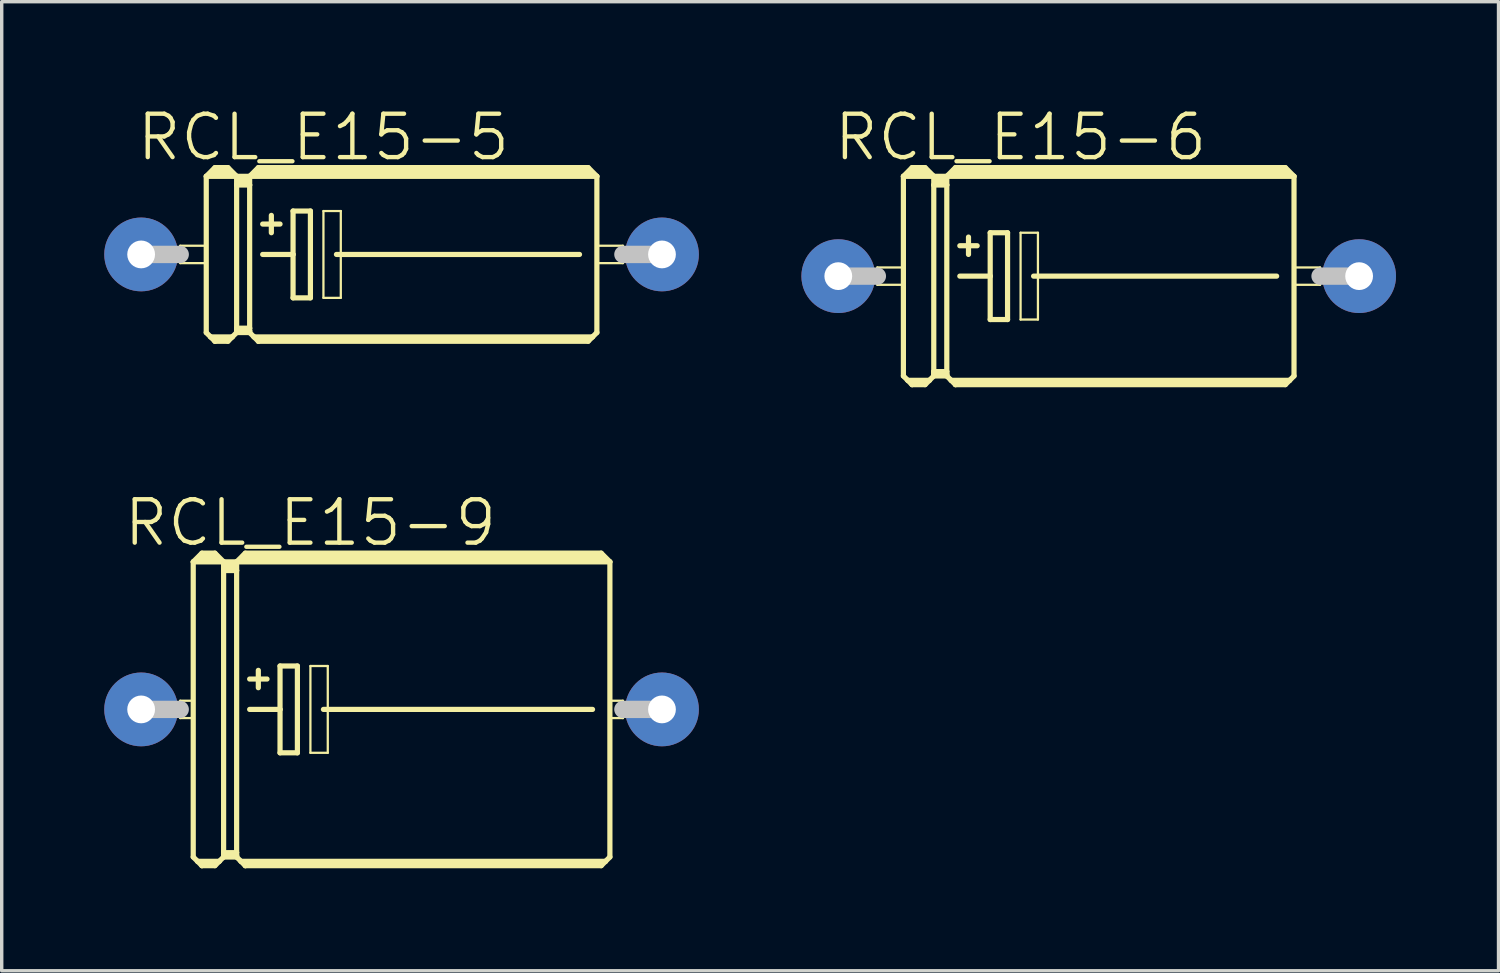
<source format=kicad_pcb>
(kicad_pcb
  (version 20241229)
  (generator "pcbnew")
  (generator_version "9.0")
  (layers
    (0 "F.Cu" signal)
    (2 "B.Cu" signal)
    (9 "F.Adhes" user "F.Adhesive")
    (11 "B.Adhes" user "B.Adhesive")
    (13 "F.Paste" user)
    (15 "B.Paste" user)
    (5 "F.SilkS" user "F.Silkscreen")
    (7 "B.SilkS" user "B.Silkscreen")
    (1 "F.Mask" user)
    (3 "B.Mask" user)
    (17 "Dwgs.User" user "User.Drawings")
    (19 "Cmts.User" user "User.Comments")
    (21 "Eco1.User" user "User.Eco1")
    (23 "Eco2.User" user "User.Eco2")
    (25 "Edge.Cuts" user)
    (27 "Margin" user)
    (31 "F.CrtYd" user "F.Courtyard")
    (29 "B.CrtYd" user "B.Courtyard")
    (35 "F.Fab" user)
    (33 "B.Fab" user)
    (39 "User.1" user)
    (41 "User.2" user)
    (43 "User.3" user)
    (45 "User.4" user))
  (footprint "RCL_E15-5"
    (layer "F.Cu")
    (at 8.7 4.395)
    (property "Reference" "RCL_E15-5" (at -2.286 -3.429 0) (layer "F.SilkS") (effects (font (size 1.27 1.27) (thickness 0.127))))
    (attr exclude_from_pos_files exclude_from_bom)
    (fp_line (start -6.477 -0.254) (end -5.715 -0.254) (stroke (width 0.066) (type solid)) (layer "F.SilkS"))
    (fp_line (start -6.477 0.254) (end -6.477 -0.254) (stroke (width 0.066) (type solid)) (layer "F.SilkS"))
    (fp_line (start -6.477 0.254) (end -5.715 0.254) (stroke (width 0.066) (type solid)) (layer "F.SilkS"))
    (fp_line (start -5.715 -2.286) (end -4.826 -2.286) (stroke (width 0.152) (type solid)) (layer "F.SilkS"))
    (fp_line (start -5.715 0.254) (end -5.715 -0.254) (stroke (width 0.066) (type solid)) (layer "F.SilkS"))
    (fp_line (start -5.715 2.286) (end -5.715 -2.286) (stroke (width 0.152) (type solid)) (layer "F.SilkS"))
    (fp_line (start -5.715 2.286) (end -5.588 2.413) (stroke (width 0.152) (type solid)) (layer "F.SilkS"))
    (fp_line (start -5.588 2.413) (end -5.461 2.54) (stroke (width 0.152) (type solid)) (layer "F.SilkS"))
    (fp_line (start -5.588 2.413) (end -4.953 2.413) (stroke (width 0.152) (type solid)) (layer "F.SilkS"))
    (fp_line (start -5.461 -2.54) (end -5.715 -2.286) (stroke (width 0.152) (type solid)) (layer "F.SilkS"))
    (fp_line (start -5.461 -2.54) (end -5.08 -2.54) (stroke (width 0.152) (type solid)) (layer "F.SilkS"))
    (fp_line (start -5.461 -2.413) (end -5.08 -2.413) (stroke (width 0.305) (type solid)) (layer "F.SilkS"))
    (fp_line (start -5.461 2.489) (end -5.461 2.54) (stroke (width 0.152) (type solid)) (layer "F.SilkS"))
    (fp_line (start -5.461 2.54) (end -5.08 2.54) (stroke (width 0.152) (type solid)) (layer "F.SilkS"))
    (fp_line (start -5.08 -2.54) (end -4.826 -2.286) (stroke (width 0.152) (type solid)) (layer "F.SilkS"))
    (fp_line (start -5.08 2.489) (end -5.461 2.489) (stroke (width 0.152) (type solid)) (layer "F.SilkS"))
    (fp_line (start -5.08 2.54) (end -4.953 2.413) (stroke (width 0.152) (type solid)) (layer "F.SilkS"))
    (fp_line (start -4.953 2.413) (end -4.826 2.286) (stroke (width 0.152) (type solid)) (layer "F.SilkS"))
    (fp_line (start -4.826 -2.286) (end -4.826 -2.032) (stroke (width 0.152) (type solid)) (layer "F.SilkS"))
    (fp_line (start -4.826 -2.286) (end -4.445 -2.286) (stroke (width 0.152) (type solid)) (layer "F.SilkS"))
    (fp_line (start -4.826 -2.032) (end -4.826 2.159) (stroke (width 0.152) (type solid)) (layer "F.SilkS"))
    (fp_line (start -4.826 -2.032) (end -4.445 -2.032) (stroke (width 0.152) (type solid)) (layer "F.SilkS"))
    (fp_line (start -4.826 2.159) (end -4.826 2.235) (stroke (width 0.152) (type solid)) (layer "F.SilkS"))
    (fp_line (start -4.826 2.159) (end -4.445 2.159) (stroke (width 0.152) (type solid)) (layer "F.SilkS"))
    (fp_line (start -4.826 2.235) (end -4.826 2.286) (stroke (width 0.152) (type solid)) (layer "F.SilkS"))
    (fp_line (start -4.826 2.286) (end -4.445 2.286) (stroke (width 0.152) (type solid)) (layer "F.SilkS"))
    (fp_line (start -4.699 -2.159) (end -4.572 -2.159) (stroke (width 0.305) (type solid)) (layer "F.SilkS"))
    (fp_line (start -4.445 -2.286) (end -4.445 -2.032) (stroke (width 0.152) (type solid)) (layer "F.SilkS"))
    (fp_line (start -4.445 -2.286) (end -4.191 -2.54) (stroke (width 0.152) (type solid)) (layer "F.SilkS"))
    (fp_line (start -4.445 -2.286) (end 5.715 -2.286) (stroke (width 0.152) (type solid)) (layer "F.SilkS"))
    (fp_line (start -4.445 -2.032) (end -4.445 2.159) (stroke (width 0.152) (type solid)) (layer "F.SilkS"))
    (fp_line (start -4.445 2.159) (end -4.445 2.235) (stroke (width 0.152) (type solid)) (layer "F.SilkS"))
    (fp_line (start -4.445 2.235) (end -4.826 2.235) (stroke (width 0.152) (type solid)) (layer "F.SilkS"))
    (fp_line (start -4.445 2.235) (end -4.445 2.286) (stroke (width 0.152) (type solid)) (layer "F.SilkS"))
    (fp_line (start -4.445 2.286) (end -4.318 2.413) (stroke (width 0.152) (type solid)) (layer "F.SilkS"))
    (fp_line (start -4.318 2.413) (end -4.191 2.54) (stroke (width 0.152) (type solid)) (layer "F.SilkS"))
    (fp_line (start -4.318 2.413) (end 5.588 2.413) (stroke (width 0.152) (type solid)) (layer "F.SilkS"))
    (fp_line (start -4.191 -2.54) (end 5.461 -2.54) (stroke (width 0.152) (type solid)) (layer "F.SilkS"))
    (fp_line (start -4.191 -2.413) (end 5.461 -2.413) (stroke (width 0.305) (type solid)) (layer "F.SilkS"))
    (fp_line (start -4.191 2.489) (end -4.191 2.54) (stroke (width 0.152) (type solid)) (layer "F.SilkS"))
    (fp_line (start -4.191 2.54) (end 5.461 2.54) (stroke (width 0.152) (type solid)) (layer "F.SilkS"))
    (fp_line (start -4.064 -0.889) (end -3.556 -0.889) (stroke (width 0.152) (type solid)) (layer "F.SilkS"))
    (fp_line (start -4.064 0) (end -3.175 0) (stroke (width 0.152) (type solid)) (layer "F.SilkS"))
    (fp_line (start -3.81 -1.143) (end -3.81 -0.635) (stroke (width 0.152) (type solid)) (layer "F.SilkS"))
    (fp_line (start -3.175 -1.27) (end -3.175 0) (stroke (width 0.152) (type solid)) (layer "F.SilkS"))
    (fp_line (start -3.175 0) (end -3.175 1.27) (stroke (width 0.152) (type solid)) (layer "F.SilkS"))
    (fp_line (start -3.175 1.27) (end -2.667 1.27) (stroke (width 0.152) (type solid)) (layer "F.SilkS"))
    (fp_line (start -2.667 -1.27) (end -3.175 -1.27) (stroke (width 0.152) (type solid)) (layer "F.SilkS"))
    (fp_line (start -2.667 1.27) (end -2.667 -1.27) (stroke (width 0.152) (type solid)) (layer "F.SilkS"))
    (fp_line (start -2.286 -1.27) (end -1.778 -1.27) (stroke (width 0.066) (type solid)) (layer "F.SilkS"))
    (fp_line (start -2.286 1.27) (end -2.286 -1.27) (stroke (width 0.066) (type solid)) (layer "F.SilkS"))
    (fp_line (start -2.286 1.27) (end -1.778 1.27) (stroke (width 0.066) (type solid)) (layer "F.SilkS"))
    (fp_line (start -1.905 0) (end 5.207 0) (stroke (width 0.152) (type solid)) (layer "F.SilkS"))
    (fp_line (start -1.778 1.27) (end -1.778 -1.27) (stroke (width 0.066) (type solid)) (layer "F.SilkS"))
    (fp_line (start 5.461 2.489) (end -4.191 2.489) (stroke (width 0.152) (type solid)) (layer "F.SilkS"))
    (fp_line (start 5.588 2.413) (end 5.461 2.54) (stroke (width 0.152) (type solid)) (layer "F.SilkS"))
    (fp_line (start 5.715 -2.286) (end 5.461 -2.54) (stroke (width 0.152) (type solid)) (layer "F.SilkS"))
    (fp_line (start 5.715 -2.286) (end 5.715 2.286) (stroke (width 0.152) (type solid)) (layer "F.SilkS"))
    (fp_line (start 5.715 -0.254) (end 6.477 -0.254) (stroke (width 0.066) (type solid)) (layer "F.SilkS"))
    (fp_line (start 5.715 0.254) (end 5.715 -0.254) (stroke (width 0.066) (type solid)) (layer "F.SilkS"))
    (fp_line (start 5.715 0.254) (end 6.477 0.254) (stroke (width 0.066) (type solid)) (layer "F.SilkS"))
    (fp_line (start 5.715 2.286) (end 5.588 2.413) (stroke (width 0.152) (type solid)) (layer "F.SilkS"))
    (fp_line (start 6.477 0.254) (end 6.477 -0.254) (stroke (width 0.066) (type solid)) (layer "F.SilkS"))
    (fp_line (start -7.62 0) (end -6.477 0) (stroke (width 0.508) (type solid)) (layer "Dwgs.User"))
    (fp_line (start 7.62 0) (end 6.477 0) (stroke (width 0.508) (type solid)) (layer "Dwgs.User"))
    (pad "+" thru_hole circle (at -7.62 0) (size 2.159 2.159) (drill 0.813) (layers "*.Cu" "*.Paste" "*.Mask"))
    (pad "-" thru_hole circle (at 7.62 0) (size 2.159 2.159) (drill 0.813) (layers "*.Cu" "*.Paste" "*.Mask")))
  (footprint "RCL_E15-6"
    (layer "F.Cu")
    (at 29.099 5.03)
    (property "Reference" "RCL_E15-6" (at -2.286 -4.064 0) (layer "F.SilkS") (effects (font (size 1.27 1.27) (thickness 0.127))))
    (attr exclude_from_pos_files exclude_from_bom)
    (fp_line (start -6.477 -0.254) (end -5.715 -0.254) (stroke (width 0.066) (type solid)) (layer "F.SilkS"))
    (fp_line (start -6.477 0.254) (end -6.477 -0.254) (stroke (width 0.066) (type solid)) (layer "F.SilkS"))
    (fp_line (start -6.477 0.254) (end -5.715 0.254) (stroke (width 0.066) (type solid)) (layer "F.SilkS"))
    (fp_line (start -5.715 -2.921) (end -4.826 -2.921) (stroke (width 0.152) (type solid)) (layer "F.SilkS"))
    (fp_line (start -5.715 0.254) (end -5.715 -0.254) (stroke (width 0.066) (type solid)) (layer "F.SilkS"))
    (fp_line (start -5.715 2.921) (end -5.715 -2.921) (stroke (width 0.152) (type solid)) (layer "F.SilkS"))
    (fp_line (start -5.715 2.921) (end -5.588 3.048) (stroke (width 0.152) (type solid)) (layer "F.SilkS"))
    (fp_line (start -5.588 3.048) (end -5.461 3.175) (stroke (width 0.152) (type solid)) (layer "F.SilkS"))
    (fp_line (start -5.588 3.048) (end -4.953 3.048) (stroke (width 0.152) (type solid)) (layer "F.SilkS"))
    (fp_line (start -5.461 -3.175) (end -5.715 -2.921) (stroke (width 0.152) (type solid)) (layer "F.SilkS"))
    (fp_line (start -5.461 -3.175) (end -5.08 -3.175) (stroke (width 0.152) (type solid)) (layer "F.SilkS"))
    (fp_line (start -5.461 -3.048) (end -5.08 -3.048) (stroke (width 0.305) (type solid)) (layer "F.SilkS"))
    (fp_line (start -5.461 3.124) (end -5.461 3.175) (stroke (width 0.152) (type solid)) (layer "F.SilkS"))
    (fp_line (start -5.461 3.175) (end -5.08 3.175) (stroke (width 0.152) (type solid)) (layer "F.SilkS"))
    (fp_line (start -5.08 -3.175) (end -4.826 -2.921) (stroke (width 0.152) (type solid)) (layer "F.SilkS"))
    (fp_line (start -5.08 3.124) (end -5.461 3.124) (stroke (width 0.152) (type solid)) (layer "F.SilkS"))
    (fp_line (start -5.08 3.175) (end -4.953 3.048) (stroke (width 0.152) (type solid)) (layer "F.SilkS"))
    (fp_line (start -4.953 3.048) (end -4.826 2.921) (stroke (width 0.152) (type solid)) (layer "F.SilkS"))
    (fp_line (start -4.826 -2.921) (end -4.826 -2.667) (stroke (width 0.152) (type solid)) (layer "F.SilkS"))
    (fp_line (start -4.826 -2.921) (end -4.445 -2.921) (stroke (width 0.152) (type solid)) (layer "F.SilkS"))
    (fp_line (start -4.826 -2.667) (end -4.826 2.794) (stroke (width 0.152) (type solid)) (layer "F.SilkS"))
    (fp_line (start -4.826 -2.667) (end -4.445 -2.667) (stroke (width 0.152) (type solid)) (layer "F.SilkS"))
    (fp_line (start -4.826 2.794) (end -4.826 2.87) (stroke (width 0.152) (type solid)) (layer "F.SilkS"))
    (fp_line (start -4.826 2.794) (end -4.445 2.794) (stroke (width 0.152) (type solid)) (layer "F.SilkS"))
    (fp_line (start -4.826 2.87) (end -4.826 2.921) (stroke (width 0.152) (type solid)) (layer "F.SilkS"))
    (fp_line (start -4.826 2.921) (end -4.445 2.921) (stroke (width 0.152) (type solid)) (layer "F.SilkS"))
    (fp_line (start -4.699 -2.794) (end -4.572 -2.794) (stroke (width 0.305) (type solid)) (layer "F.SilkS"))
    (fp_line (start -4.445 -2.921) (end -4.445 -2.667) (stroke (width 0.152) (type solid)) (layer "F.SilkS"))
    (fp_line (start -4.445 -2.921) (end -4.191 -3.175) (stroke (width 0.152) (type solid)) (layer "F.SilkS"))
    (fp_line (start -4.445 -2.921) (end 5.715 -2.921) (stroke (width 0.152) (type solid)) (layer "F.SilkS"))
    (fp_line (start -4.445 -2.667) (end -4.445 2.794) (stroke (width 0.152) (type solid)) (layer "F.SilkS"))
    (fp_line (start -4.445 2.794) (end -4.445 2.87) (stroke (width 0.152) (type solid)) (layer "F.SilkS"))
    (fp_line (start -4.445 2.87) (end -4.826 2.87) (stroke (width 0.152) (type solid)) (layer "F.SilkS"))
    (fp_line (start -4.445 2.87) (end -4.445 2.921) (stroke (width 0.152) (type solid)) (layer "F.SilkS"))
    (fp_line (start -4.445 2.921) (end -4.318 3.048) (stroke (width 0.152) (type solid)) (layer "F.SilkS"))
    (fp_line (start -4.318 3.048) (end -4.191 3.175) (stroke (width 0.152) (type solid)) (layer "F.SilkS"))
    (fp_line (start -4.318 3.048) (end 5.588 3.048) (stroke (width 0.152) (type solid)) (layer "F.SilkS"))
    (fp_line (start -4.191 -3.175) (end 5.461 -3.175) (stroke (width 0.152) (type solid)) (layer "F.SilkS"))
    (fp_line (start -4.191 -3.048) (end 5.461 -3.048) (stroke (width 0.305) (type solid)) (layer "F.SilkS"))
    (fp_line (start -4.191 3.124) (end -4.191 3.175) (stroke (width 0.152) (type solid)) (layer "F.SilkS"))
    (fp_line (start -4.191 3.175) (end 5.461 3.175) (stroke (width 0.152) (type solid)) (layer "F.SilkS"))
    (fp_line (start -4.064 -0.889) (end -3.556 -0.889) (stroke (width 0.152) (type solid)) (layer "F.SilkS"))
    (fp_line (start -4.064 0) (end -3.175 0) (stroke (width 0.152) (type solid)) (layer "F.SilkS"))
    (fp_line (start -3.81 -1.143) (end -3.81 -0.635) (stroke (width 0.152) (type solid)) (layer "F.SilkS"))
    (fp_line (start -3.175 -1.27) (end -3.175 0) (stroke (width 0.152) (type solid)) (layer "F.SilkS"))
    (fp_line (start -3.175 0) (end -3.175 1.27) (stroke (width 0.152) (type solid)) (layer "F.SilkS"))
    (fp_line (start -3.175 1.27) (end -2.667 1.27) (stroke (width 0.152) (type solid)) (layer "F.SilkS"))
    (fp_line (start -2.667 -1.27) (end -3.175 -1.27) (stroke (width 0.152) (type solid)) (layer "F.SilkS"))
    (fp_line (start -2.667 1.27) (end -2.667 -1.27) (stroke (width 0.152) (type solid)) (layer "F.SilkS"))
    (fp_line (start -2.286 -1.27) (end -1.778 -1.27) (stroke (width 0.066) (type solid)) (layer "F.SilkS"))
    (fp_line (start -2.286 1.27) (end -2.286 -1.27) (stroke (width 0.066) (type solid)) (layer "F.SilkS"))
    (fp_line (start -2.286 1.27) (end -1.778 1.27) (stroke (width 0.066) (type solid)) (layer "F.SilkS"))
    (fp_line (start -1.905 0) (end 5.207 0) (stroke (width 0.152) (type solid)) (layer "F.SilkS"))
    (fp_line (start -1.778 1.27) (end -1.778 -1.27) (stroke (width 0.066) (type solid)) (layer "F.SilkS"))
    (fp_line (start 5.461 3.124) (end -4.191 3.124) (stroke (width 0.152) (type solid)) (layer "F.SilkS"))
    (fp_line (start 5.588 3.048) (end 5.461 3.175) (stroke (width 0.152) (type solid)) (layer "F.SilkS"))
    (fp_line (start 5.715 -2.921) (end 5.461 -3.175) (stroke (width 0.152) (type solid)) (layer "F.SilkS"))
    (fp_line (start 5.715 -2.921) (end 5.715 2.921) (stroke (width 0.152) (type solid)) (layer "F.SilkS"))
    (fp_line (start 5.715 -0.254) (end 6.477 -0.254) (stroke (width 0.066) (type solid)) (layer "F.SilkS"))
    (fp_line (start 5.715 0.254) (end 5.715 -0.254) (stroke (width 0.066) (type solid)) (layer "F.SilkS"))
    (fp_line (start 5.715 0.254) (end 6.477 0.254) (stroke (width 0.066) (type solid)) (layer "F.SilkS"))
    (fp_line (start 5.715 2.921) (end 5.588 3.048) (stroke (width 0.152) (type solid)) (layer "F.SilkS"))
    (fp_line (start 6.477 0.254) (end 6.477 -0.254) (stroke (width 0.066) (type solid)) (layer "F.SilkS"))
    (fp_line (start -7.62 0) (end -6.477 0) (stroke (width 0.508) (type solid)) (layer "Dwgs.User"))
    (fp_line (start 7.62 0) (end 6.477 0) (stroke (width 0.508) (type solid)) (layer "Dwgs.User"))
    (pad "+" thru_hole circle (at -7.62 0) (size 2.159 2.159) (drill 0.813) (layers "*.Cu" "*.Paste" "*.Mask"))
    (pad "-" thru_hole circle (at 7.62 0) (size 2.159 2.159) (drill 0.813) (layers "*.Cu" "*.Paste" "*.Mask")))
  (footprint "RCL_E15-9"
    (layer "F.Cu")
    (at 8.7 17.708)
    (property "Reference" "RCL_E15-9" (at -2.667 -5.461 0) (layer "F.SilkS") (effects (font (size 1.27 1.27) (thickness 0.127))))
    (attr exclude_from_pos_files exclude_from_bom)
    (fp_line (start -6.477 -0.254) (end -6.096 -0.254) (stroke (width 0.066) (type solid)) (layer "F.SilkS"))
    (fp_line (start -6.477 0.254) (end -6.477 -0.254) (stroke (width 0.066) (type solid)) (layer "F.SilkS"))
    (fp_line (start -6.477 0.254) (end -6.096 0.254) (stroke (width 0.066) (type solid)) (layer "F.SilkS"))
    (fp_line (start -6.096 -4.318) (end -5.207 -4.318) (stroke (width 0.152) (type solid)) (layer "F.SilkS"))
    (fp_line (start -6.096 0.254) (end -6.096 -0.254) (stroke (width 0.066) (type solid)) (layer "F.SilkS"))
    (fp_line (start -6.096 4.318) (end -6.096 -4.318) (stroke (width 0.152) (type solid)) (layer "F.SilkS"))
    (fp_line (start -6.096 4.318) (end -5.969 4.445) (stroke (width 0.152) (type solid)) (layer "F.SilkS"))
    (fp_line (start -5.969 4.445) (end -5.842 4.572) (stroke (width 0.152) (type solid)) (layer "F.SilkS"))
    (fp_line (start -5.969 4.445) (end -5.334 4.445) (stroke (width 0.152) (type solid)) (layer "F.SilkS"))
    (fp_line (start -5.842 -4.572) (end -6.096 -4.318) (stroke (width 0.152) (type solid)) (layer "F.SilkS"))
    (fp_line (start -5.842 -4.572) (end -5.461 -4.572) (stroke (width 0.152) (type solid)) (layer "F.SilkS"))
    (fp_line (start -5.842 -4.445) (end -5.461 -4.445) (stroke (width 0.305) (type solid)) (layer "F.SilkS"))
    (fp_line (start -5.842 4.521) (end -5.842 4.572) (stroke (width 0.152) (type solid)) (layer "F.SilkS"))
    (fp_line (start -5.842 4.572) (end -5.461 4.572) (stroke (width 0.152) (type solid)) (layer "F.SilkS"))
    (fp_line (start -5.461 -4.572) (end -5.207 -4.318) (stroke (width 0.152) (type solid)) (layer "F.SilkS"))
    (fp_line (start -5.461 4.521) (end -5.842 4.521) (stroke (width 0.152) (type solid)) (layer "F.SilkS"))
    (fp_line (start -5.461 4.572) (end -5.334 4.445) (stroke (width 0.152) (type solid)) (layer "F.SilkS"))
    (fp_line (start -5.334 4.445) (end -5.207 4.318) (stroke (width 0.152) (type solid)) (layer "F.SilkS"))
    (fp_line (start -5.207 -4.318) (end -5.207 -4.064) (stroke (width 0.152) (type solid)) (layer "F.SilkS"))
    (fp_line (start -5.207 -4.318) (end -4.826 -4.318) (stroke (width 0.152) (type solid)) (layer "F.SilkS"))
    (fp_line (start -5.207 -4.064) (end -5.207 4.191) (stroke (width 0.152) (type solid)) (layer "F.SilkS"))
    (fp_line (start -5.207 -4.064) (end -4.826 -4.064) (stroke (width 0.152) (type solid)) (layer "F.SilkS"))
    (fp_line (start -5.207 4.191) (end -5.207 4.267) (stroke (width 0.152) (type solid)) (layer "F.SilkS"))
    (fp_line (start -5.207 4.191) (end -4.826 4.191) (stroke (width 0.152) (type solid)) (layer "F.SilkS"))
    (fp_line (start -5.207 4.267) (end -5.207 4.318) (stroke (width 0.152) (type solid)) (layer "F.SilkS"))
    (fp_line (start -5.207 4.318) (end -4.826 4.318) (stroke (width 0.152) (type solid)) (layer "F.SilkS"))
    (fp_line (start -5.08 -4.191) (end -4.953 -4.191) (stroke (width 0.305) (type solid)) (layer "F.SilkS"))
    (fp_line (start -4.826 -4.318) (end -4.826 -4.064) (stroke (width 0.152) (type solid)) (layer "F.SilkS"))
    (fp_line (start -4.826 -4.318) (end -4.572 -4.572) (stroke (width 0.152) (type solid)) (layer "F.SilkS"))
    (fp_line (start -4.826 -4.318) (end 6.096 -4.318) (stroke (width 0.152) (type solid)) (layer "F.SilkS"))
    (fp_line (start -4.826 -4.064) (end -4.826 4.191) (stroke (width 0.152) (type solid)) (layer "F.SilkS"))
    (fp_line (start -4.826 4.191) (end -4.826 4.267) (stroke (width 0.152) (type solid)) (layer "F.SilkS"))
    (fp_line (start -4.826 4.267) (end -5.207 4.267) (stroke (width 0.152) (type solid)) (layer "F.SilkS"))
    (fp_line (start -4.826 4.267) (end -4.826 4.318) (stroke (width 0.152) (type solid)) (layer "F.SilkS"))
    (fp_line (start -4.826 4.318) (end -4.699 4.445) (stroke (width 0.152) (type solid)) (layer "F.SilkS"))
    (fp_line (start -4.699 4.445) (end -4.572 4.572) (stroke (width 0.152) (type solid)) (layer "F.SilkS"))
    (fp_line (start -4.699 4.445) (end 5.969 4.445) (stroke (width 0.152) (type solid)) (layer "F.SilkS"))
    (fp_line (start -4.572 -4.572) (end 5.842 -4.572) (stroke (width 0.152) (type solid)) (layer "F.SilkS"))
    (fp_line (start -4.572 -4.445) (end 5.842 -4.445) (stroke (width 0.305) (type solid)) (layer "F.SilkS"))
    (fp_line (start -4.572 4.521) (end -4.572 4.572) (stroke (width 0.152) (type solid)) (layer "F.SilkS"))
    (fp_line (start -4.572 4.572) (end 5.842 4.572) (stroke (width 0.152) (type solid)) (layer "F.SilkS"))
    (fp_line (start -4.445 -0.889) (end -3.937 -0.889) (stroke (width 0.152) (type solid)) (layer "F.SilkS"))
    (fp_line (start -4.445 0) (end -3.556 0) (stroke (width 0.152) (type solid)) (layer "F.SilkS"))
    (fp_line (start -4.191 -1.143) (end -4.191 -0.635) (stroke (width 0.152) (type solid)) (layer "F.SilkS"))
    (fp_line (start -3.556 -1.27) (end -3.556 0) (stroke (width 0.152) (type solid)) (layer "F.SilkS"))
    (fp_line (start -3.556 0) (end -3.556 1.27) (stroke (width 0.152) (type solid)) (layer "F.SilkS"))
    (fp_line (start -3.556 1.27) (end -3.048 1.27) (stroke (width 0.152) (type solid)) (layer "F.SilkS"))
    (fp_line (start -3.048 -1.27) (end -3.556 -1.27) (stroke (width 0.152) (type solid)) (layer "F.SilkS"))
    (fp_line (start -3.048 1.27) (end -3.048 -1.27) (stroke (width 0.152) (type solid)) (layer "F.SilkS"))
    (fp_line (start -2.667 -1.27) (end -2.159 -1.27) (stroke (width 0.066) (type solid)) (layer "F.SilkS"))
    (fp_line (start -2.667 1.27) (end -2.667 -1.27) (stroke (width 0.066) (type solid)) (layer "F.SilkS"))
    (fp_line (start -2.667 1.27) (end -2.159 1.27) (stroke (width 0.066) (type solid)) (layer "F.SilkS"))
    (fp_line (start -2.286 0) (end 5.588 0) (stroke (width 0.152) (type solid)) (layer "F.SilkS"))
    (fp_line (start -2.159 1.27) (end -2.159 -1.27) (stroke (width 0.066) (type solid)) (layer "F.SilkS"))
    (fp_line (start 5.842 4.521) (end -4.572 4.521) (stroke (width 0.152) (type solid)) (layer "F.SilkS"))
    (fp_line (start 5.969 4.445) (end 5.842 4.572) (stroke (width 0.152) (type solid)) (layer "F.SilkS"))
    (fp_line (start 6.096 -4.318) (end 5.842 -4.572) (stroke (width 0.152) (type solid)) (layer "F.SilkS"))
    (fp_line (start 6.096 -4.318) (end 6.096 4.318) (stroke (width 0.152) (type solid)) (layer "F.SilkS"))
    (fp_line (start 6.096 -0.254) (end 6.477 -0.254) (stroke (width 0.066) (type solid)) (layer "F.SilkS"))
    (fp_line (start 6.096 0.254) (end 6.096 -0.254) (stroke (width 0.066) (type solid)) (layer "F.SilkS"))
    (fp_line (start 6.096 0.254) (end 6.477 0.254) (stroke (width 0.066) (type solid)) (layer "F.SilkS"))
    (fp_line (start 6.096 4.318) (end 5.969 4.445) (stroke (width 0.152) (type solid)) (layer "F.SilkS"))
    (fp_line (start 6.477 0.254) (end 6.477 -0.254) (stroke (width 0.066) (type solid)) (layer "F.SilkS"))
    (fp_line (start -7.62 0) (end -6.477 0) (stroke (width 0.508) (type solid)) (layer "Dwgs.User"))
    (fp_line (start 7.62 0) (end 6.477 0) (stroke (width 0.508) (type solid)) (layer "Dwgs.User"))
    (pad "+" thru_hole circle (at -7.62 0) (size 2.159 2.159) (drill 0.813) (layers "*.Cu" "*.Paste" "*.Mask"))
    (pad "-" thru_hole circle (at 7.62 0) (size 2.159 2.159) (drill 0.813) (layers "*.Cu" "*.Paste" "*.Mask")))
  (gr_rect
    (start -3 -3)
    (end 40.798 25.356)
    (stroke (width 0.1) (type default))
    (fill no)
    (layer "Edge.Cuts")))
</source>
